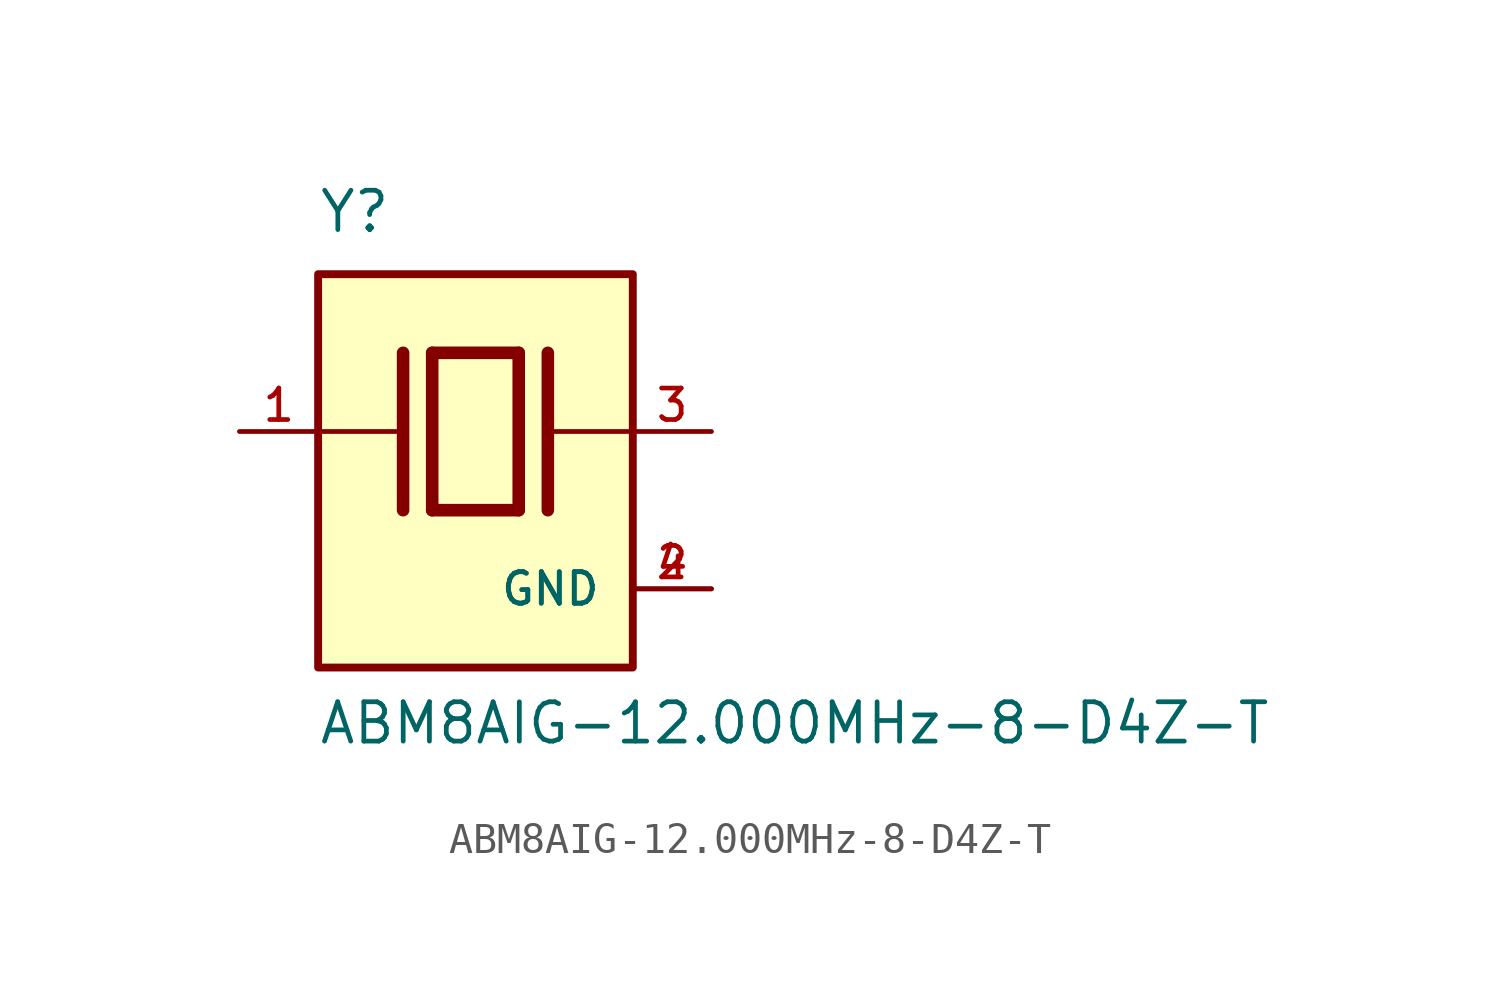
<source format=kicad_sym>
(kicad_symbol_lib
  (version 20211014)
  (generator kicad_symbol_editor)
  (symbol "ABM8AIG-12.000MHz-8-D4Z-T"
    (pin_names
      (offset 1.016))
    (property "Reference" "Y"
      (at -5.088 6.356 0)
      (effects (font (size 1.27 1.27)) (justify bottom left)))
    (property "Value" "ABM8AIG-12.000MHz-8-D4Z-T"
      (at -5.094 -10.16 0)
      (effects (font (size 1.27 1.27)) (justify bottom left)))
    (symbol "ABM8AIG-12.000MHz-8-D4Z-T_0_0"
      (polyline (pts (xy -1.397 2.54) (xy 1.397 2.54)) (stroke (width 0.406)))
      (polyline (pts (xy 1.397 2.54) (xy 1.397 -2.54)) (stroke (width 0.406)))
      (polyline (pts (xy 1.397 -2.54) (xy -1.397 -2.54)) (stroke (width 0.406)))
      (polyline (pts (xy -1.397 2.54) (xy -1.397 -2.54)) (stroke (width 0.406)))
      (polyline (pts (xy 2.337 2.54) (xy 2.337 -2.54)) (stroke (width 0.406)))
      (polyline (pts (xy -2.337 2.54) (xy -2.337 -2.54)) (stroke (width 0.406)))
      (polyline (pts (xy -5.08 0.0) (xy -2.54 0.0)) (stroke (width 0.152)))
      (polyline (pts (xy 2.54 0.0) (xy 5.08 0.0)) (stroke (width 0.152)))
      (rectangle (start -5.08 -7.62) (end 5.08 5.08) (stroke (width 0.254)) (fill (type background)))
      (pin passive line (at 7.62 0.0 180.0) (length 2.54) (name "~" (effects (font (size 1.016 1.016)))) (number "3" (effects (font (size 1.016 1.016)))))
      (pin passive line (at -7.62 0.0 0) (length 2.54) (name "~" (effects (font (size 1.016 1.016)))) (number "1" (effects (font (size 1.016 1.016)))))
      (pin power_in line (at 7.62 -5.08 180.0) (length 2.54) (name "GND" (effects (font (size 1.016 1.016)))) (number "2" (effects (font (size 1.016 1.016)))))
      (pin power_in line (at 7.62 -5.08 180.0) (length 2.54) (name "GND" (effects (font (size 1.016 1.016)))) (number "4" (effects (font (size 1.016 1.016))))))))
</source>
